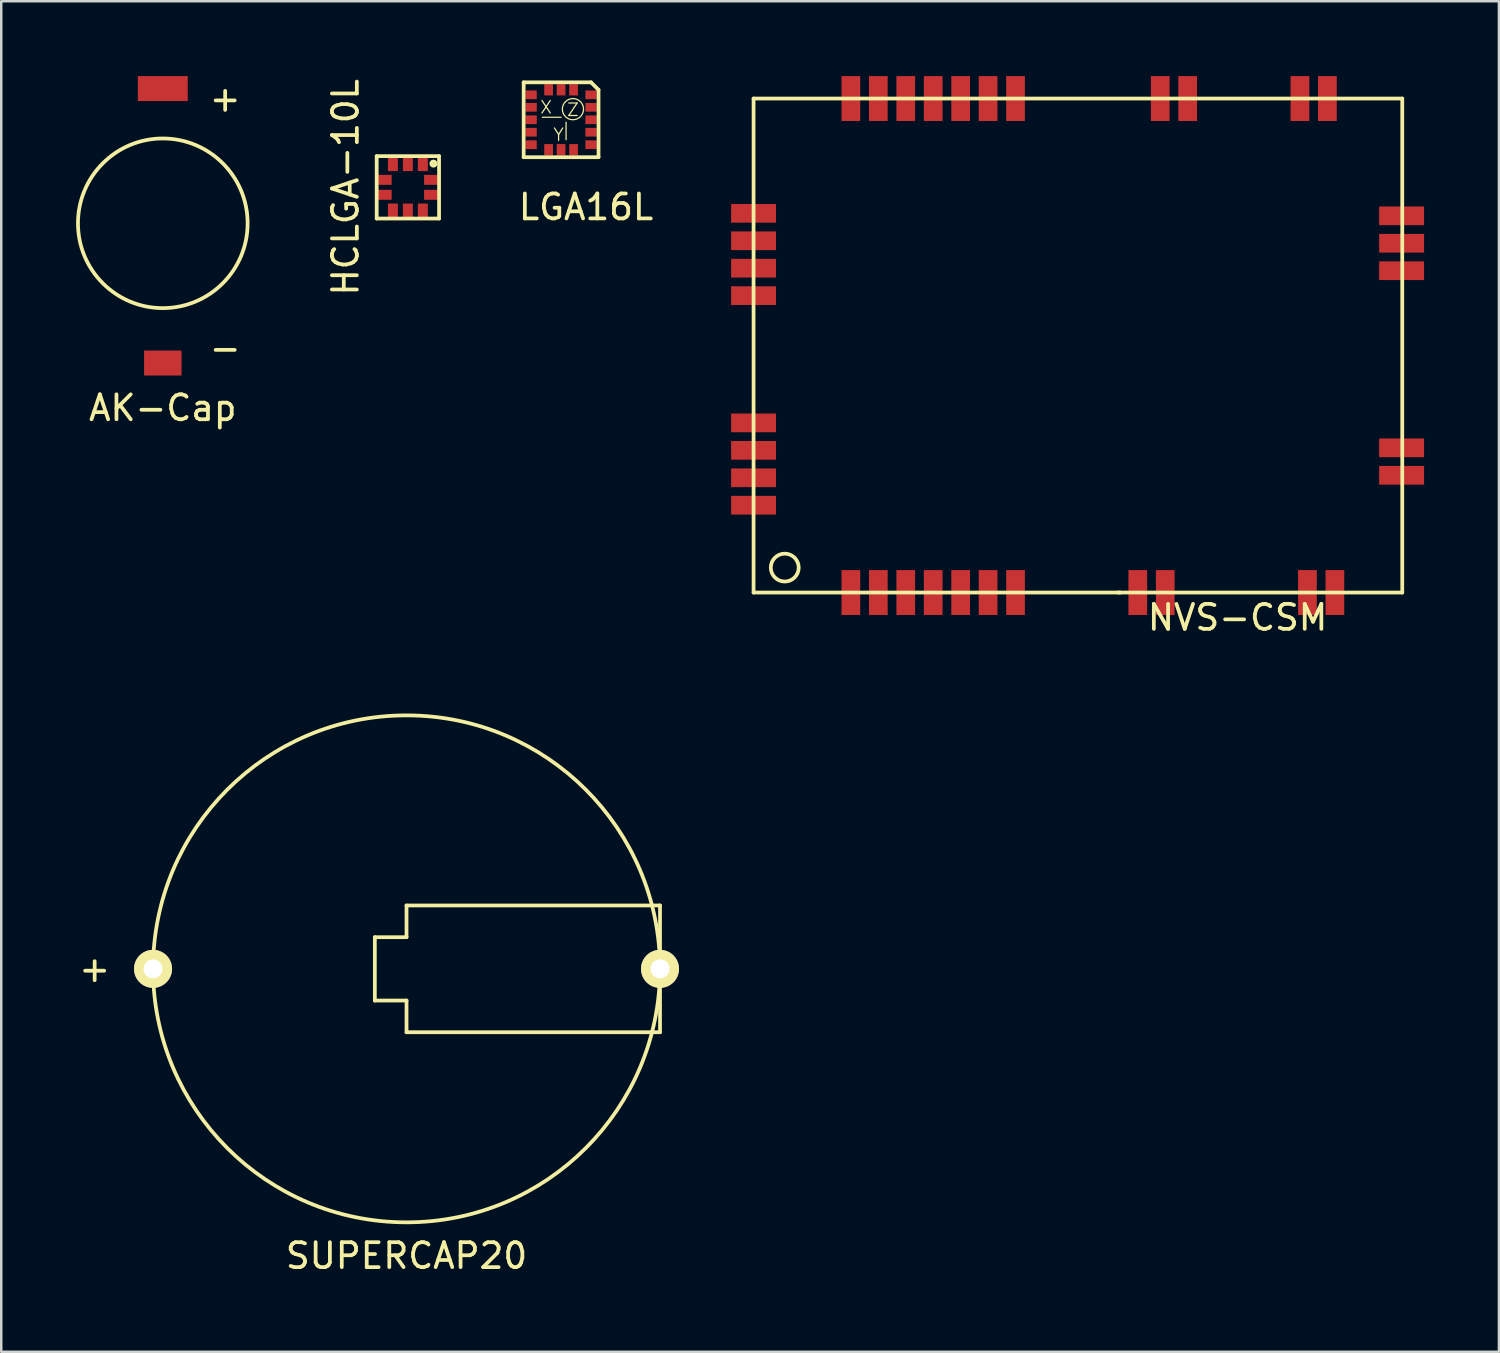
<source format=kicad_pcb>
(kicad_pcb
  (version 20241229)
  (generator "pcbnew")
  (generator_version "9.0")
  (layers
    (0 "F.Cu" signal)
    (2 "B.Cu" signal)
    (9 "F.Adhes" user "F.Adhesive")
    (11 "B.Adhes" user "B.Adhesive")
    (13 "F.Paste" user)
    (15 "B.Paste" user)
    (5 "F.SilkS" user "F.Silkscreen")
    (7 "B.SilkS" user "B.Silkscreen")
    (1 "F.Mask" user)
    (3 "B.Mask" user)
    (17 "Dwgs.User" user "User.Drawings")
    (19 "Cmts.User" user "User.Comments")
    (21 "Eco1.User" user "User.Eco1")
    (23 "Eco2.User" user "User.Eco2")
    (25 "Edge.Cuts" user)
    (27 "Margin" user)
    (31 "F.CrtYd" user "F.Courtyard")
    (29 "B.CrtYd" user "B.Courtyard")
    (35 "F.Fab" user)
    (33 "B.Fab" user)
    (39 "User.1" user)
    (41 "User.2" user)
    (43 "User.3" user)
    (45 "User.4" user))
  (footprint "SUPERCAP20"
    (layer "F.Cu")
    (at 13.244 35.783)
    (property "Reference" "SUPERCAP20" (at 0 11.5 0) (layer "F.SilkS") (effects (font (size 1 1) (thickness 0.15))))
    (attr through_hole)
    (fp_line (start -1.27 -1.27) (end -1.27 1.27) (stroke (width 0.15) (type solid)) (layer "F.SilkS"))
    (fp_line (start -1.27 1.27) (end 0 1.27) (stroke (width 0.15) (type solid)) (layer "F.SilkS"))
    (fp_line (start 0 -2.54) (end 0 -1.27) (stroke (width 0.15) (type solid)) (layer "F.SilkS"))
    (fp_line (start 0 -1.27) (end -1.27 -1.27) (stroke (width 0.15) (type solid)) (layer "F.SilkS"))
    (fp_line (start 0 1.27) (end 0 2.54) (stroke (width 0.15) (type solid)) (layer "F.SilkS"))
    (fp_line (start 0 2.54) (end 10.16 2.54) (stroke (width 0.15) (type solid)) (layer "F.SilkS"))
    (fp_line (start 10.16 -2.54) (end 0 -2.54) (stroke (width 0.15) (type solid)) (layer "F.SilkS"))
    (fp_line (start 10.16 2.54) (end 10.16 -2.54) (stroke (width 0.15) (type solid)) (layer "F.SilkS"))
    (fp_circle (center 0 0) (end -10.16 0) (stroke (width 0.15) (type solid)) (fill no) (layer "F.SilkS"))
    (fp_text user "+" (at -12.5 0 0) (layer "F.SilkS") (effects (font (size 1 1) (thickness 0.15))))
    (pad "1" thru_hole circle (at -10.16 0) (size 1.524 1.524) (drill 0.762) (layers "*.Cu" "*.Mask" "F.SilkS"))
    (pad "2" thru_hole circle (at 10.16 0) (size 1.524 1.524) (drill 0.762) (layers "*.Cu" "*.Mask" "F.SilkS")))
  (footprint "NVS-CSM"
    (layer "F.Cu")
    (at 27.154 20.7)
    (property "Reference" "NVS-CSM" (at 19.4 1 0) (layer "F.SilkS") (effects (font (size 1 1) (thickness 0.15))))
    (attr through_hole)
    (fp_line (start 0 -19.8) (end 26 -19.8) (stroke (width 0.15) (type solid)) (layer "F.SilkS"))
    (fp_line (start 0 0) (end 0 -19.8) (stroke (width 0.15) (type solid)) (layer "F.SilkS"))
    (fp_line (start 14.6 0) (end 14.7 0) (stroke (width 0.15) (type solid)) (layer "F.SilkS"))
    (fp_line (start 26 -19.8) (end 26 0) (stroke (width 0.15) (type solid)) (layer "F.SilkS"))
    (fp_line (start 26 0) (end 0 0) (stroke (width 0.15) (type solid)) (layer "F.SilkS"))
    (fp_circle (center 1.25 -1) (end 1.75 -1.25) (stroke (width 0.15) (type solid)) (fill no) (layer "F.SilkS"))
    (pad "1" smd rect (at 3.9 0) (size 0.75 1.8) (layers "F.Cu" "F.Mask" "F.Paste"))
    (pad "2" smd rect (at 5 0) (size 0.75 1.8) (layers "F.Cu" "F.Mask" "F.Paste"))
    (pad "3" smd rect (at 6.1 0) (size 0.75 1.8) (layers "F.Cu" "F.Mask" "F.Paste"))
    (pad "4" smd rect (at 7.2 0) (size 0.75 1.8) (layers "F.Cu" "F.Mask" "F.Paste"))
    (pad "5" smd rect (at 8.3 0) (size 0.75 1.8) (layers "F.Cu" "F.Mask" "F.Paste"))
    (pad "6" smd rect (at 9.4 0) (size 0.75 1.8) (layers "F.Cu" "F.Mask" "F.Paste"))
    (pad "7" smd rect (at 10.5 0) (size 0.75 1.8) (layers "F.Cu" "F.Mask" "F.Paste"))
    (pad "8" smd rect (at 15.4 0) (size 0.75 1.8) (layers "F.Cu" "F.Mask" "F.Paste"))
    (pad "9" smd rect (at 16.5 0) (size 0.75 1.8) (layers "F.Cu" "F.Mask" "F.Paste"))
    (pad "10" smd rect (at 22.2 0) (size 0.75 1.8) (layers "F.Cu" "F.Mask" "F.Paste"))
    (pad "11" smd rect (at 23.3 0) (size 0.75 1.8) (layers "F.Cu" "F.Mask" "F.Paste"))
    (pad "12" smd rect (at 25.975 -4.7 90) (size 0.75 1.8) (layers "F.Cu" "F.Mask" "F.Paste"))
    (pad "13" smd rect (at 25.975 -5.8 90) (size 0.75 1.8) (layers "F.Cu" "F.Mask" "F.Paste"))
    (pad "14" smd rect (at 25.975 -12.9 90) (size 0.75 1.8) (layers "F.Cu" "F.Mask" "F.Paste"))
    (pad "15" smd rect (at 25.975 -14 90) (size 0.75 1.8) (layers "F.Cu" "F.Mask" "F.Paste"))
    (pad "16" smd rect (at 25.975 -15.1 90) (size 0.75 1.8) (layers "F.Cu" "F.Mask" "F.Paste"))
    (pad "17" smd rect (at 23 -19.8) (size 0.75 1.8) (layers "F.Cu" "F.Mask" "F.Paste"))
    (pad "18" smd rect (at 21.9 -19.8) (size 0.75 1.8) (layers "F.Cu" "F.Mask" "F.Paste"))
    (pad "19" smd rect (at 17.4 -19.8) (size 0.75 1.8) (layers "F.Cu" "F.Mask" "F.Paste"))
    (pad "20" smd rect (at 16.3 -19.8) (size 0.75 1.8) (layers "F.Cu" "F.Mask" "F.Paste"))
    (pad "21" smd rect (at 10.5 -19.8) (size 0.75 1.8) (layers "F.Cu" "F.Mask" "F.Paste"))
    (pad "22" smd rect (at 9.4 -19.8) (size 0.75 1.8) (layers "F.Cu" "F.Mask" "F.Paste"))
    (pad "23" smd rect (at 8.3 -19.8) (size 0.75 1.8) (layers "F.Cu" "F.Mask" "F.Paste"))
    (pad "24" smd rect (at 7.2 -19.8) (size 0.75 1.8) (layers "F.Cu" "F.Mask" "F.Paste"))
    (pad "25" smd rect (at 6.1 -19.8) (size 0.75 1.8) (layers "F.Cu" "F.Mask" "F.Paste"))
    (pad "26" smd rect (at 5 -19.8) (size 0.75 1.8) (layers "F.Cu" "F.Mask" "F.Paste"))
    (pad "27" smd rect (at 3.9 -19.8) (size 0.75 1.8) (layers "F.Cu" "F.Mask" "F.Paste"))
    (pad "28" smd rect (at 0 -15.2 90) (size 0.75 1.8) (layers "F.Cu" "F.Mask" "F.Paste"))
    (pad "29" smd rect (at 0 -14.1 90) (size 0.75 1.8) (layers "F.Cu" "F.Mask" "F.Paste"))
    (pad "30" smd rect (at 0 -13 90) (size 0.75 1.8) (layers "F.Cu" "F.Mask" "F.Paste"))
    (pad "31" smd rect (at 0 -11.9 90) (size 0.75 1.8) (layers "F.Cu" "F.Mask" "F.Paste"))
    (pad "32" smd rect (at 0 -6.8 90) (size 0.75 1.8) (layers "F.Cu" "F.Mask" "F.Paste"))
    (pad "33" smd rect (at 0 -5.7 90) (size 0.75 1.8) (layers "F.Cu" "F.Mask" "F.Paste"))
    (pad "34" smd rect (at 0 -4.6 90) (size 0.75 1.8) (layers "F.Cu" "F.Mask" "F.Paste"))
    (pad "35" smd rect (at 0 -3.5 90) (size 0.75 1.8) (layers "F.Cu" "F.Mask" "F.Paste")))
  (footprint "HCLGA-10L"
    (layer "F.Cu")
    (at 12.048 5.708)
    (property "Reference" "HCLGA-10L" (at -1.25 -1.25 90) (layer "F.SilkS") (effects (font (size 1 1) (thickness 0.15))))
    (attr through_hole)
    (fp_line (start 0 -2.5) (end 2.5 -2.5) (stroke (width 0.15) (type solid)) (layer "F.SilkS"))
    (fp_line (start 0 0) (end 0 -2.5) (stroke (width 0.15) (type solid)) (layer "F.SilkS"))
    (fp_line (start 2.5 -2.5) (end 2.5 0) (stroke (width 0.15) (type solid)) (layer "F.SilkS"))
    (fp_line (start 2.5 0) (end 0 0) (stroke (width 0.15) (type solid)) (layer "F.SilkS"))
    (fp_circle (center 2.275 -2.2) (end 2.285 -2.2) (stroke (width 0.15) (type solid)) (fill no) (layer "F.SilkS"))
    (pad "1" smd rect (at 2.175 -1.55) (size 0.55 0.4) (layers "F.Cu" "F.Mask" "F.Paste"))
    (pad "2" smd rect (at 2.175 -0.95) (size 0.55 0.4) (layers "F.Cu" "F.Mask" "F.Paste"))
    (pad "3" smd rect (at 1.85 -0.325) (size 0.4 0.55) (layers "F.Cu" "F.Mask" "F.Paste"))
    (pad "4" smd rect (at 1.25 -0.325) (size 0.4 0.55) (layers "F.Cu" "F.Mask" "F.Paste"))
    (pad "5" smd rect (at 0.65 -0.325) (size 0.4 0.55) (layers "F.Cu" "F.Mask" "F.Paste"))
    (pad "6" smd rect (at 0.325 -0.95) (size 0.55 0.4) (layers "F.Cu" "F.Mask" "F.Paste"))
    (pad "7" smd rect (at 0.325 -1.55) (size 0.55 0.4) (layers "F.Cu" "F.Mask" "F.Paste"))
    (pad "8" smd rect (at 0.65 -2.175) (size 0.4 0.55) (layers "F.Cu" "F.Mask" "F.Paste"))
    (pad "9" smd rect (at 1.25 -2.175) (size 0.4 0.55) (layers "F.Cu" "F.Mask" "F.Paste"))
    (pad "10" smd rect (at 1.85 -2.175) (size 0.4 0.55) (layers "F.Cu" "F.Mask" "F.Paste")))
  (footprint "AK-Cap"
    (layer "F.Cu")
    (at 3.475 5.9)
    (property "Reference" "AK-Cap" (at 0 7.4 0) (layer "F.SilkS") (effects (font (size 1 1) (thickness 0.15))))
    (attr through_hole)
    (fp_circle (center 0 0) (end -3.4 0) (stroke (width 0.15) (type solid)) (fill no) (layer "F.SilkS"))
    (fp_text user "-" (at 2.5 5 0) (layer "F.SilkS") (effects (font (size 1 1) (thickness 0.15))))
    (fp_text user "+" (at 2.5 -5 0) (layer "F.SilkS") (effects (font (size 1 1) (thickness 0.15))))
    (pad "1" smd rect (at 0 -5.4) (size 2 1) (layers "F.Cu" "F.Mask" "F.Paste"))
    (pad "2" smd rect (at 0 5.6) (size 1.5 1) (layers "F.Cu" "F.Mask" "F.Paste")))
  (footprint "LGA16L"
    (layer "F.Cu")
    (at 17.939 0.25)
    (property "Reference" "LGA16L" (at 2.5 5 0) (layer "F.SilkS") (effects (font (size 1 1) (thickness 0.15))))
    (attr through_hole)
    (fp_line (start 0 3) (end 0 0) (stroke (width 0.15) (type solid)) (layer "F.SilkS"))
    (fp_line (start 0.75 1.4) (end 1.5 1.4) (stroke (width 0.05) (type solid)) (layer "F.SilkS"))
    (fp_line (start 1.7 1.6) (end 1.7 2.3) (stroke (width 0.05) (type solid)) (layer "F.SilkS"))
    (fp_line (start 2.7 0) (end 0 0) (stroke (width 0.15) (type solid)) (layer "F.SilkS"))
    (fp_line (start 3 0.3) (end 2.7 0) (stroke (width 0.15) (type solid)) (layer "F.SilkS"))
    (fp_line (start 3 0.3) (end 3 3) (stroke (width 0.15) (type solid)) (layer "F.SilkS"))
    (fp_line (start 3 3) (end 0 3) (stroke (width 0.15) (type solid)) (layer "F.SilkS"))
    (fp_circle (center 1.975 1.075) (end 2.275 1.375) (stroke (width 0.05) (type solid)) (fill no) (layer "F.SilkS"))
    (fp_text user "X" (at 0.9 1 0) (layer "F.SilkS") (effects (font (size 0.5 0.5) (thickness 0.05))))
    (fp_text user "Z" (at 1.975 1.1 0) (layer "F.SilkS") (effects (font (size 0.5 0.5) (thickness 0.05))))
    (fp_text user "Y" (at 1.4 2.1 0) (layer "F.SilkS") (effects (font (size 0.5 0.5) (thickness 0.05))))
    (pad "1" smd rect (at 2.7 0.5) (size 0.45 0.35) (layers "F.Cu" "F.Mask" "F.Paste"))
    (pad "2" smd rect (at 2.7 1) (size 0.45 0.35) (layers "F.Cu" "F.Mask" "F.Paste"))
    (pad "3" smd rect (at 2.7 1.5) (size 0.45 0.35) (layers "F.Cu" "F.Mask" "F.Paste"))
    (pad "4" smd rect (at 2.7 2) (size 0.45 0.35) (layers "F.Cu" "F.Mask" "F.Paste"))
    (pad "5" smd rect (at 2.7 2.5) (size 0.45 0.35) (layers "F.Cu" "F.Mask" "F.Paste"))
    (pad "6" smd rect (at 2 2.7) (size 0.35 0.45) (layers "F.Cu" "F.Mask" "F.Paste"))
    (pad "7" smd rect (at 1.5 2.7) (size 0.35 0.45) (layers "F.Cu" "F.Mask" "F.Paste"))
    (pad "8" smd rect (at 1 2.7) (size 0.35 0.45) (layers "F.Cu" "F.Mask" "F.Paste"))
    (pad "9" smd rect (at 0.3 2.5) (size 0.45 0.35) (layers "F.Cu" "F.Mask" "F.Paste"))
    (pad "10" smd rect (at 0.3 2) (size 0.45 0.35) (layers "F.Cu" "F.Mask" "F.Paste"))
    (pad "11" smd rect (at 0.3 1.5) (size 0.45 0.35) (layers "F.Cu" "F.Mask" "F.Paste"))
    (pad "12" smd rect (at 0.3 1) (size 0.45 0.35) (layers "F.Cu" "F.Mask" "F.Paste"))
    (pad "13" smd rect (at 0.3 0.5) (size 0.45 0.35) (layers "F.Cu" "F.Mask" "F.Paste"))
    (pad "14" smd rect (at 1 0.3) (size 0.35 0.45) (layers "F.Cu" "F.Mask" "F.Paste"))
    (pad "15" smd rect (at 1.5 0.3) (size 0.35 0.45) (layers "F.Cu" "F.Mask" "F.Paste"))
    (pad "16" smd rect (at 2 0.3) (size 0.35 0.45) (layers "F.Cu" "F.Mask" "F.Paste")))
  (gr_rect
    (start -3 -3)
    (end 57.029 51.132)
    (stroke (width 0.1) (type default))
    (fill no)
    (layer "Edge.Cuts")))
</source>
